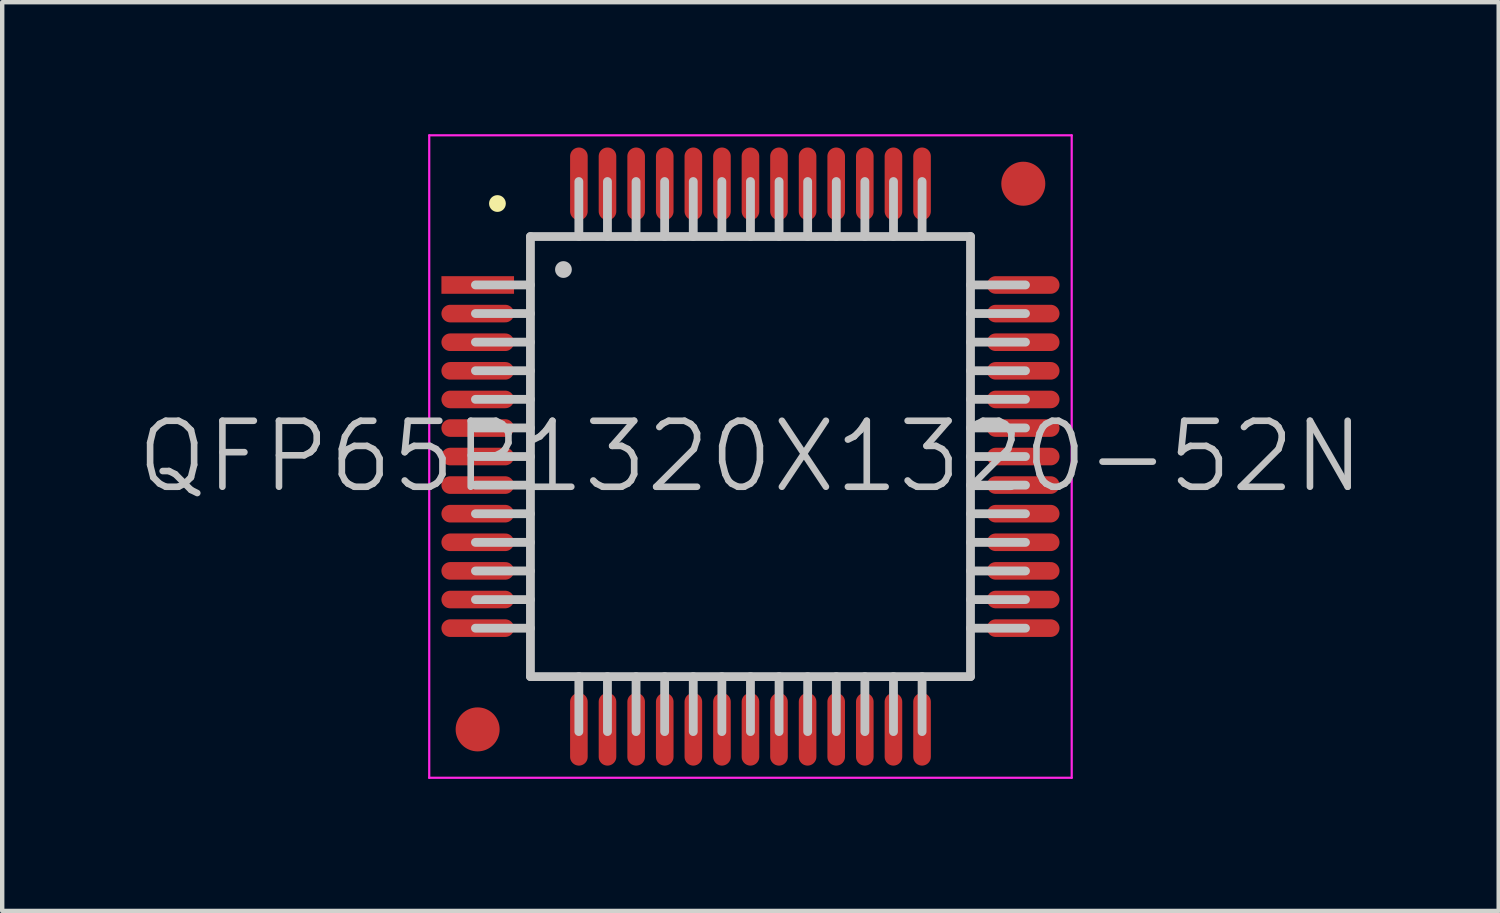
<source format=kicad_pcb>
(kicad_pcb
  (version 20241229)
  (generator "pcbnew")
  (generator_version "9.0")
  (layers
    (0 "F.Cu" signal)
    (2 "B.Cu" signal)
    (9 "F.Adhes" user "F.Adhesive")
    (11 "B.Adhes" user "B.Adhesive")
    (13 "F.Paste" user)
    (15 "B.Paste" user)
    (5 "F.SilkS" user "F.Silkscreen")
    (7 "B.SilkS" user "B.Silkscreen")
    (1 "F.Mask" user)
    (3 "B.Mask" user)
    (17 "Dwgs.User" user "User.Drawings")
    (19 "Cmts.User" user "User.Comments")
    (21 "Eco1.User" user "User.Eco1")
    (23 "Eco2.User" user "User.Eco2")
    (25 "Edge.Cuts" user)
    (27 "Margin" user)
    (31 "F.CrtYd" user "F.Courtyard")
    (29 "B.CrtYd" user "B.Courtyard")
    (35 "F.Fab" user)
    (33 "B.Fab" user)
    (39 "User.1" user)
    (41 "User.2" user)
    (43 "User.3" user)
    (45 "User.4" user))
  (footprint "QFP65P1320X1320-52N"
    (layer "F.Cu")
    (at 14.004 7.325)
    (property "Reference" "QFP65P1320X1320-52N" (at 0 0 0) (layer "Dwgs.User") (effects (font (size 1.5 1.5) (thickness 0.15))))
    (attr smd)
    (fp_line (start -5.75 -5.75) (end -5.75 -5.75) (stroke (width 0.381) (type solid)) (layer "F.SilkS"))
    (fp_line (start -5 -5) (end -5 5) (stroke (width 0.2) (type solid)) (layer "Dwgs.User"))
    (fp_line (start -5 -5) (end 5 -5) (stroke (width 0.2) (type solid)) (layer "Dwgs.User"))
    (fp_line (start -5 -3.9) (end -6.25 -3.9) (stroke (width 0.2) (type solid)) (layer "Dwgs.User"))
    (fp_line (start -5 -3.25) (end -6.25 -3.25) (stroke (width 0.2) (type solid)) (layer "Dwgs.User"))
    (fp_line (start -5 -2.6) (end -6.25 -2.6) (stroke (width 0.2) (type solid)) (layer "Dwgs.User"))
    (fp_line (start -5 -1.95) (end -6.25 -1.95) (stroke (width 0.2) (type solid)) (layer "Dwgs.User"))
    (fp_line (start -5 -1.3) (end -6.25 -1.3) (stroke (width 0.2) (type solid)) (layer "Dwgs.User"))
    (fp_line (start -5 -0.65) (end -6.25 -0.65) (stroke (width 0.2) (type solid)) (layer "Dwgs.User"))
    (fp_line (start -5 0) (end -6.25 0) (stroke (width 0.2) (type solid)) (layer "Dwgs.User"))
    (fp_line (start -5 0.65) (end -6.25 0.65) (stroke (width 0.2) (type solid)) (layer "Dwgs.User"))
    (fp_line (start -5 1.3) (end -6.25 1.3) (stroke (width 0.2) (type solid)) (layer "Dwgs.User"))
    (fp_line (start -5 1.95) (end -6.25 1.95) (stroke (width 0.2) (type solid)) (layer "Dwgs.User"))
    (fp_line (start -5 2.6) (end -6.25 2.6) (stroke (width 0.2) (type solid)) (layer "Dwgs.User"))
    (fp_line (start -5 3.25) (end -6.25 3.25) (stroke (width 0.2) (type solid)) (layer "Dwgs.User"))
    (fp_line (start -5 3.9) (end -6.25 3.9) (stroke (width 0.2) (type solid)) (layer "Dwgs.User"))
    (fp_line (start -5 5) (end 5 5) (stroke (width 0.2) (type solid)) (layer "Dwgs.User"))
    (fp_line (start -4.25 -4.25) (end -4.25 -4.25) (stroke (width 0.381) (type solid)) (layer "Dwgs.User"))
    (fp_line (start -3.9 -6.25) (end -3.9 -5) (stroke (width 0.2) (type solid)) (layer "Dwgs.User"))
    (fp_line (start -3.9 5) (end -3.9 6.25) (stroke (width 0.2) (type solid)) (layer "Dwgs.User"))
    (fp_line (start -3.25 -6.25) (end -3.25 -5) (stroke (width 0.2) (type solid)) (layer "Dwgs.User"))
    (fp_line (start -3.25 5) (end -3.25 6.25) (stroke (width 0.2) (type solid)) (layer "Dwgs.User"))
    (fp_line (start -2.6 -6.25) (end -2.6 -5) (stroke (width 0.2) (type solid)) (layer "Dwgs.User"))
    (fp_line (start -2.6 5) (end -2.6 6.25) (stroke (width 0.2) (type solid)) (layer "Dwgs.User"))
    (fp_line (start -1.95 -6.25) (end -1.95 -5) (stroke (width 0.2) (type solid)) (layer "Dwgs.User"))
    (fp_line (start -1.95 5) (end -1.95 6.25) (stroke (width 0.2) (type solid)) (layer "Dwgs.User"))
    (fp_line (start -1.3 -6.25) (end -1.3 -5) (stroke (width 0.2) (type solid)) (layer "Dwgs.User"))
    (fp_line (start -1.3 5) (end -1.3 6.25) (stroke (width 0.2) (type solid)) (layer "Dwgs.User"))
    (fp_line (start -0.65 -6.25) (end -0.65 -5) (stroke (width 0.2) (type solid)) (layer "Dwgs.User"))
    (fp_line (start -0.65 5) (end -0.65 6.25) (stroke (width 0.2) (type solid)) (layer "Dwgs.User"))
    (fp_line (start 0 -6.25) (end 0 -5) (stroke (width 0.2) (type solid)) (layer "Dwgs.User"))
    (fp_line (start 0 5) (end 0 6.25) (stroke (width 0.2) (type solid)) (layer "Dwgs.User"))
    (fp_line (start 0.65 -6.25) (end 0.65 -5) (stroke (width 0.2) (type solid)) (layer "Dwgs.User"))
    (fp_line (start 0.65 5) (end 0.65 6.25) (stroke (width 0.2) (type solid)) (layer "Dwgs.User"))
    (fp_line (start 1.3 -6.25) (end 1.3 -5) (stroke (width 0.2) (type solid)) (layer "Dwgs.User"))
    (fp_line (start 1.3 5) (end 1.3 6.25) (stroke (width 0.2) (type solid)) (layer "Dwgs.User"))
    (fp_line (start 1.95 -6.25) (end 1.95 -5) (stroke (width 0.2) (type solid)) (layer "Dwgs.User"))
    (fp_line (start 1.95 5) (end 1.95 6.25) (stroke (width 0.2) (type solid)) (layer "Dwgs.User"))
    (fp_line (start 2.6 -6.25) (end 2.6 -5) (stroke (width 0.2) (type solid)) (layer "Dwgs.User"))
    (fp_line (start 2.6 5) (end 2.6 6.25) (stroke (width 0.2) (type solid)) (layer "Dwgs.User"))
    (fp_line (start 3.25 -6.25) (end 3.25 -5) (stroke (width 0.2) (type solid)) (layer "Dwgs.User"))
    (fp_line (start 3.25 5) (end 3.25 6.25) (stroke (width 0.2) (type solid)) (layer "Dwgs.User"))
    (fp_line (start 3.9 -6.25) (end 3.9 -5) (stroke (width 0.2) (type solid)) (layer "Dwgs.User"))
    (fp_line (start 3.9 5) (end 3.9 6.25) (stroke (width 0.2) (type solid)) (layer "Dwgs.User"))
    (fp_line (start 5 -5) (end 5 5) (stroke (width 0.2) (type solid)) (layer "Dwgs.User"))
    (fp_line (start 6.25 -3.9) (end 5 -3.9) (stroke (width 0.2) (type solid)) (layer "Dwgs.User"))
    (fp_line (start 6.25 -3.25) (end 5 -3.25) (stroke (width 0.2) (type solid)) (layer "Dwgs.User"))
    (fp_line (start 6.25 -2.6) (end 5 -2.6) (stroke (width 0.2) (type solid)) (layer "Dwgs.User"))
    (fp_line (start 6.25 -1.95) (end 5 -1.95) (stroke (width 0.2) (type solid)) (layer "Dwgs.User"))
    (fp_line (start 6.25 -1.3) (end 5 -1.3) (stroke (width 0.2) (type solid)) (layer "Dwgs.User"))
    (fp_line (start 6.25 -0.65) (end 5 -0.65) (stroke (width 0.2) (type solid)) (layer "Dwgs.User"))
    (fp_line (start 6.25 0) (end 5 0) (stroke (width 0.2) (type solid)) (layer "Dwgs.User"))
    (fp_line (start 6.25 0.65) (end 5 0.65) (stroke (width 0.2) (type solid)) (layer "Dwgs.User"))
    (fp_line (start 6.25 1.3) (end 5 1.3) (stroke (width 0.2) (type solid)) (layer "Dwgs.User"))
    (fp_line (start 6.25 1.95) (end 5 1.95) (stroke (width 0.2) (type solid)) (layer "Dwgs.User"))
    (fp_line (start 6.25 2.6) (end 5 2.6) (stroke (width 0.2) (type solid)) (layer "Dwgs.User"))
    (fp_line (start 6.25 3.25) (end 5 3.25) (stroke (width 0.2) (type solid)) (layer "Dwgs.User"))
    (fp_line (start 6.25 3.9) (end 5 3.9) (stroke (width 0.2) (type solid)) (layer "Dwgs.User"))
    (fp_line (start -7.3 -7.3) (end -7.3 7.3) (stroke (width 0.05) (type solid)) (layer "F.CrtYd"))
    (fp_line (start -7.3 -7.3) (end 7.3 -7.3) (stroke (width 0.05) (type solid)) (layer "F.CrtYd"))
    (fp_line (start -7.3 7.3) (end 7.3 7.3) (stroke (width 0.05) (type solid)) (layer "F.CrtYd"))
    (fp_line (start 7.3 -7.3) (end 7.3 7.3) (stroke (width 0.05) (type solid)) (layer "F.CrtYd"))
    (pad "" smd circle (at -6.2 6.2) (size 1 1) (layers "F.Cu" "F.Mask"))
    (pad "" smd circle (at 6.2 -6.2) (size 1 1) (layers "F.Cu" "F.Mask"))
    (pad "1" smd rect (at -6.198 -3.899 90) (size 0.4 1.65) (layers "F.Cu" "F.Mask" "F.Paste"))
    (pad "2" smd oval (at -6.198 -3.249 90) (size 0.4 1.65) (layers "F.Cu" "F.Mask" "F.Paste"))
    (pad "3" smd oval (at -6.198 -2.598 90) (size 0.4 1.65) (layers "F.Cu" "F.Mask" "F.Paste"))
    (pad "4" smd oval (at -6.198 -1.948 90) (size 0.4 1.65) (layers "F.Cu" "F.Mask" "F.Paste"))
    (pad "5" smd oval (at -6.198 -1.298 90) (size 0.4 1.65) (layers "F.Cu" "F.Mask" "F.Paste"))
    (pad "6" smd oval (at -6.198 -0.648 90) (size 0.4 1.65) (layers "F.Cu" "F.Mask" "F.Paste"))
    (pad "7" smd oval (at -6.198 0 90) (size 0.4 1.65) (layers "F.Cu" "F.Mask" "F.Paste"))
    (pad "8" smd oval (at -6.198 0.648 90) (size 0.4 1.65) (layers "F.Cu" "F.Mask" "F.Paste"))
    (pad "9" smd oval (at -6.198 1.298 90) (size 0.4 1.65) (layers "F.Cu" "F.Mask" "F.Paste"))
    (pad "10" smd oval (at -6.198 1.948 90) (size 0.4 1.65) (layers "F.Cu" "F.Mask" "F.Paste"))
    (pad "11" smd oval (at -6.198 2.598 90) (size 0.4 1.65) (layers "F.Cu" "F.Mask" "F.Paste"))
    (pad "12" smd oval (at -6.198 3.249 90) (size 0.4 1.65) (layers "F.Cu" "F.Mask" "F.Paste"))
    (pad "13" smd oval (at -6.198 3.899 90) (size 0.4 1.65) (layers "F.Cu" "F.Mask" "F.Paste"))
    (pad "14" smd oval (at -3.899 6.198 180) (size 0.4 1.65) (layers "F.Cu" "F.Mask" "F.Paste"))
    (pad "15" smd oval (at -3.249 6.198 180) (size 0.4 1.65) (layers "F.Cu" "F.Mask" "F.Paste"))
    (pad "16" smd oval (at -2.598 6.198 180) (size 0.4 1.65) (layers "F.Cu" "F.Mask" "F.Paste"))
    (pad "17" smd oval (at -1.948 6.198 180) (size 0.4 1.65) (layers "F.Cu" "F.Mask" "F.Paste"))
    (pad "18" smd oval (at -1.298 6.198 180) (size 0.4 1.65) (layers "F.Cu" "F.Mask" "F.Paste"))
    (pad "19" smd oval (at -0.648 6.198 180) (size 0.4 1.65) (layers "F.Cu" "F.Mask" "F.Paste"))
    (pad "20" smd oval (at 0 6.198 180) (size 0.4 1.65) (layers "F.Cu" "F.Mask" "F.Paste"))
    (pad "21" smd oval (at 0.648 6.198 180) (size 0.4 1.65) (layers "F.Cu" "F.Mask" "F.Paste"))
    (pad "22" smd oval (at 1.298 6.198 180) (size 0.4 1.65) (layers "F.Cu" "F.Mask" "F.Paste"))
    (pad "23" smd oval (at 1.948 6.198 180) (size 0.4 1.65) (layers "F.Cu" "F.Mask" "F.Paste"))
    (pad "24" smd oval (at 2.598 6.198 180) (size 0.4 1.65) (layers "F.Cu" "F.Mask" "F.Paste"))
    (pad "25" smd oval (at 3.249 6.198 180) (size 0.4 1.65) (layers "F.Cu" "F.Mask" "F.Paste"))
    (pad "26" smd oval (at 3.899 6.198 180) (size 0.4 1.65) (layers "F.Cu" "F.Mask" "F.Paste"))
    (pad "27" smd oval (at 6.198 3.899 270) (size 0.4 1.65) (layers "F.Cu" "F.Mask" "F.Paste"))
    (pad "28" smd oval (at 6.198 3.249 270) (size 0.4 1.65) (layers "F.Cu" "F.Mask" "F.Paste"))
    (pad "29" smd oval (at 6.198 2.598 270) (size 0.4 1.65) (layers "F.Cu" "F.Mask" "F.Paste"))
    (pad "30" smd oval (at 6.198 1.948 270) (size 0.4 1.65) (layers "F.Cu" "F.Mask" "F.Paste"))
    (pad "31" smd oval (at 6.198 1.298 270) (size 0.4 1.65) (layers "F.Cu" "F.Mask" "F.Paste"))
    (pad "32" smd oval (at 6.198 0.648 270) (size 0.4 1.65) (layers "F.Cu" "F.Mask" "F.Paste"))
    (pad "33" smd oval (at 6.198 0 270) (size 0.4 1.65) (layers "F.Cu" "F.Mask" "F.Paste"))
    (pad "34" smd oval (at 6.198 -0.648 270) (size 0.4 1.65) (layers "F.Cu" "F.Mask" "F.Paste"))
    (pad "35" smd oval (at 6.198 -1.298 270) (size 0.4 1.65) (layers "F.Cu" "F.Mask" "F.Paste"))
    (pad "36" smd oval (at 6.198 -1.948 270) (size 0.4 1.65) (layers "F.Cu" "F.Mask" "F.Paste"))
    (pad "37" smd oval (at 6.198 -2.598 270) (size 0.4 1.65) (layers "F.Cu" "F.Mask" "F.Paste"))
    (pad "38" smd oval (at 6.198 -3.249 270) (size 0.4 1.65) (layers "F.Cu" "F.Mask" "F.Paste"))
    (pad "39" smd oval (at 6.198 -3.899 270) (size 0.4 1.65) (layers "F.Cu" "F.Mask" "F.Paste"))
    (pad "40" smd oval (at 3.899 -6.198) (size 0.4 1.65) (layers "F.Cu" "F.Mask" "F.Paste"))
    (pad "41" smd oval (at 3.249 -6.198) (size 0.4 1.65) (layers "F.Cu" "F.Mask" "F.Paste"))
    (pad "42" smd oval (at 2.598 -6.198) (size 0.4 1.65) (layers "F.Cu" "F.Mask" "F.Paste"))
    (pad "43" smd oval (at 1.948 -6.198) (size 0.4 1.65) (layers "F.Cu" "F.Mask" "F.Paste"))
    (pad "44" smd oval (at 1.298 -6.198) (size 0.4 1.65) (layers "F.Cu" "F.Mask" "F.Paste"))
    (pad "45" smd oval (at 0.648 -6.198) (size 0.4 1.65) (layers "F.Cu" "F.Mask" "F.Paste"))
    (pad "46" smd oval (at 0 -6.198) (size 0.4 1.65) (layers "F.Cu" "F.Mask" "F.Paste"))
    (pad "47" smd oval (at -0.648 -6.198) (size 0.4 1.65) (layers "F.Cu" "F.Mask" "F.Paste"))
    (pad "48" smd oval (at -1.298 -6.198) (size 0.4 1.65) (layers "F.Cu" "F.Mask" "F.Paste"))
    (pad "49" smd oval (at -1.948 -6.198) (size 0.4 1.65) (layers "F.Cu" "F.Mask" "F.Paste"))
    (pad "50" smd oval (at -2.598 -6.198) (size 0.4 1.65) (layers "F.Cu" "F.Mask" "F.Paste"))
    (pad "51" smd oval (at -3.249 -6.198) (size 0.4 1.65) (layers "F.Cu" "F.Mask" "F.Paste"))
    (pad "52" smd oval (at -3.899 -6.198) (size 0.4 1.65) (layers "F.Cu" "F.Mask" "F.Paste")))
  (gr_rect
    (start -3 -3)
    (end 31.007 17.65)
    (stroke (width 0.1) (type default))
    (fill no)
    (layer "Edge.Cuts")))
</source>
